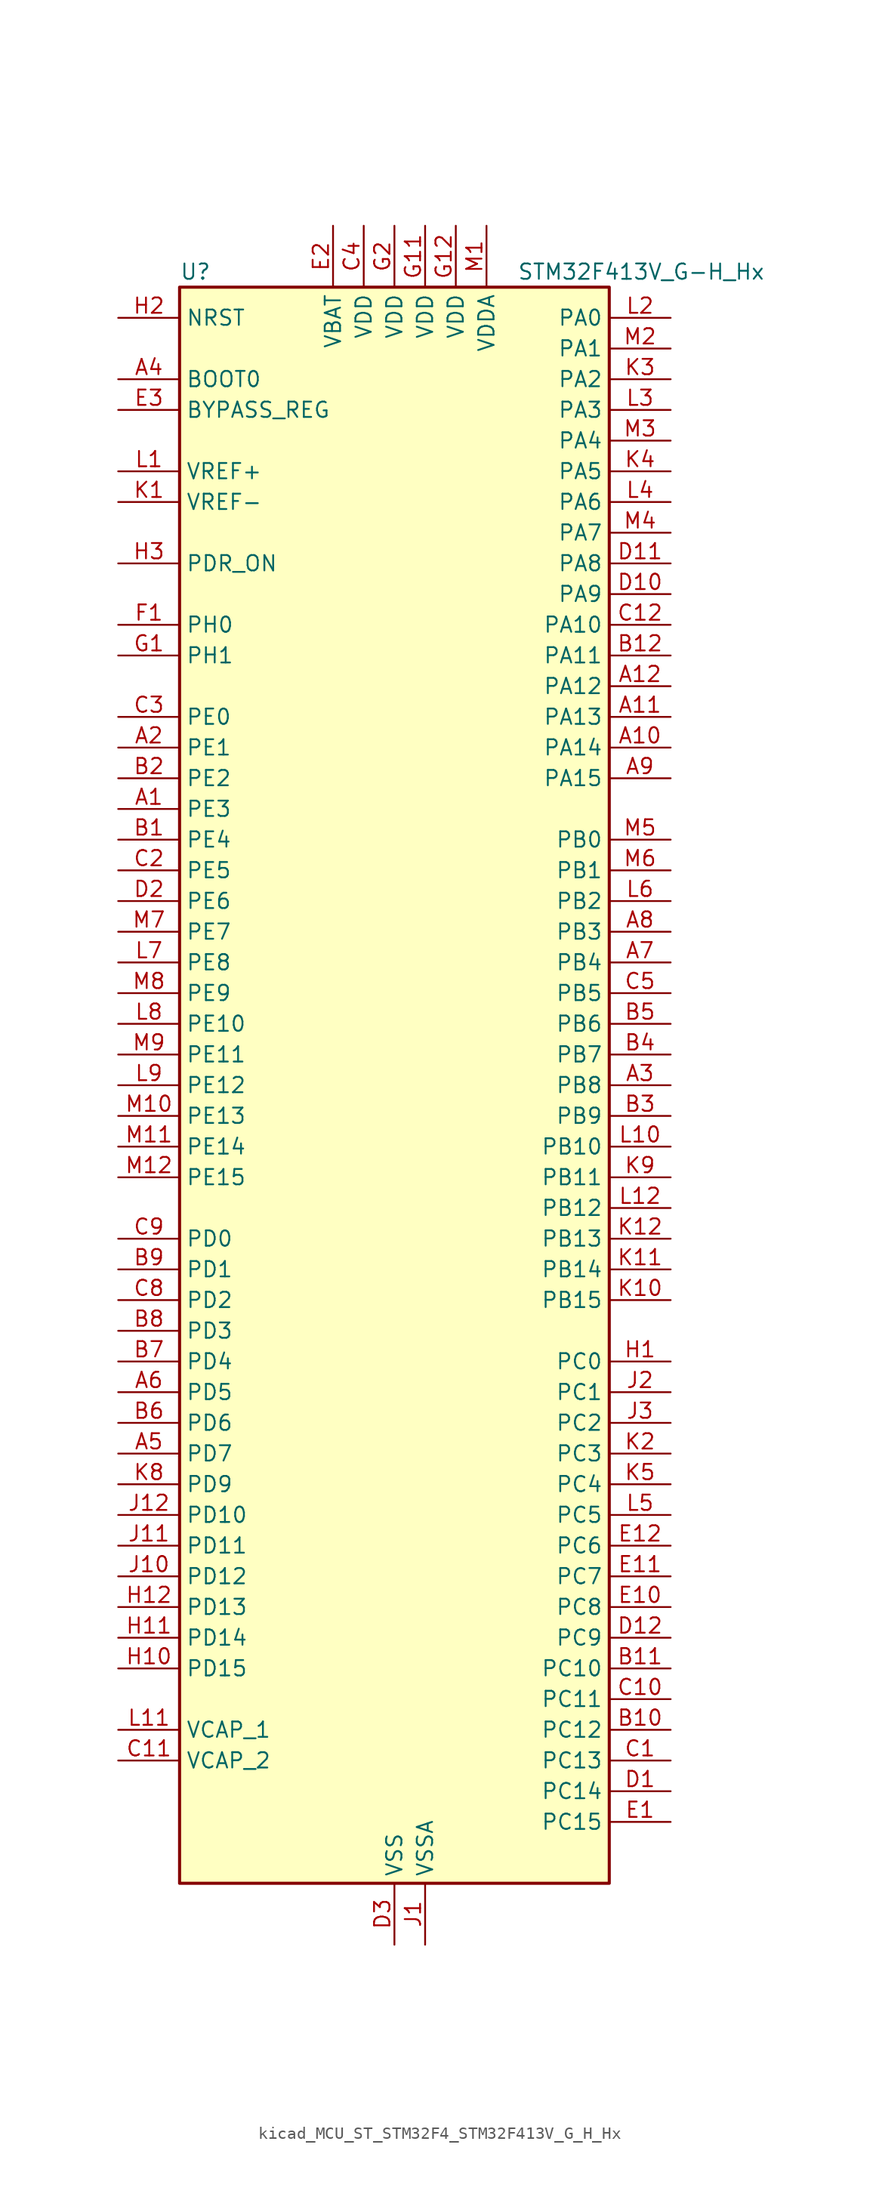
<source format=kicad_sym>
(kicad_symbol_lib
  (version 20220914)
  (generator kicad_symbol_editor)
  (symbol "kicad_MCU_ST_STM32F4_STM32F413V_G_H_Hx"
    (property "Reference" "U"
      (at -17.78 67.31 0)
      (effects (font (size 1.27 1.27)) (justify left)))
    (property "Value" "STM32F413V_G-H_Hx"
      (at 10.16 67.31 0)
      (effects (font (size 1.27 1.27)) (justify left)))
    (property "ki_locked" ""
      (at 0 0 0)
      (effects (font (size 1.27 1.27))))
    (symbol "kicad_MCU_ST_STM32F4_STM32F413V_G_H_Hx_0_1"
      (rectangle (start -17.78 -66.04) (end 17.78 66.04) (stroke (width 0.254) (type default)) (fill (type background))))
    (symbol "kicad_MCU_ST_STM32F4_STM32F413V_G_H_Hx_1_1"
      (pin bidirectional line (at -22.86 22.86 0) (length 5.08) (name "PE3" (effects (font (size 1.27 1.27)))) (number "A1" (effects (font (size 1.27 1.27)))) (alternate "FSMC_A19" bidirectional line) (alternate "SAI1_SD_B" bidirectional line) (alternate "SYS_TRACED0" bidirectional line) (alternate "UART10_TX" bidirectional line))
      (pin bidirectional line (at 22.86 27.94 180) (length 5.08) (name "PA14" (effects (font (size 1.27 1.27)))) (number "A10" (effects (font (size 1.27 1.27)))) (alternate "SYS_JTCK-SWCLK" bidirectional line))
      (pin bidirectional line (at 22.86 30.48 180) (length 5.08) (name "PA13" (effects (font (size 1.27 1.27)))) (number "A11" (effects (font (size 1.27 1.27)))) (alternate "SYS_JTMS-SWDIO" bidirectional line))
      (pin bidirectional line (at 22.86 33.02 180) (length 5.08) (name "PA12" (effects (font (size 1.27 1.27)))) (number "A12" (effects (font (size 1.27 1.27)))) (alternate "CAN1_TX" bidirectional line) (alternate "DFSDM2_DATIN5" bidirectional line) (alternate "SPI2_MISO" bidirectional line) (alternate "SPI5_MISO" bidirectional line) (alternate "TIM1_ETR" bidirectional line) (alternate "UART4_TX" bidirectional line) (alternate "USART1_RTS" bidirectional line) (alternate "USART6_RX" bidirectional line) (alternate "USB_OTG_FS_DP" bidirectional line))
      (pin bidirectional line (at -22.86 27.94 0) (length 5.08) (name "PE1" (effects (font (size 1.27 1.27)))) (number "A2" (effects (font (size 1.27 1.27)))) (alternate "DFSDM2_DATIN4" bidirectional line) (alternate "FSMC_NBL1" bidirectional line) (alternate "UART8_TX" bidirectional line))
      (pin bidirectional line (at 22.86 0 180) (length 5.08) (name "PB8" (effects (font (size 1.27 1.27)))) (number "A3" (effects (font (size 1.27 1.27)))) (alternate "CAN1_RX" bidirectional line) (alternate "DFSDM2_CKIN1" bidirectional line) (alternate "I2C1_SCL" bidirectional line) (alternate "I2C3_SDA" bidirectional line) (alternate "I2S5_SD" bidirectional line) (alternate "LPTIM1_OUT" bidirectional line) (alternate "SDIO_D4" bidirectional line) (alternate "SPI5_MOSI" bidirectional line) (alternate "TIM10_CH1" bidirectional line) (alternate "TIM4_CH3" bidirectional line) (alternate "UART5_RX" bidirectional line))
      (pin input line (at -22.86 58.42 0) (length 5.08) (name "BOOT0" (effects (font (size 1.27 1.27)))) (number "A4" (effects (font (size 1.27 1.27)))))
      (pin bidirectional line (at -22.86 -30.48 0) (length 5.08) (name "PD7" (effects (font (size 1.27 1.27)))) (number "A5" (effects (font (size 1.27 1.27)))) (alternate "DFSDM1_CKIN1" bidirectional line) (alternate "FSMC_NE1" bidirectional line) (alternate "USART2_CK" bidirectional line))
      (pin bidirectional line (at -22.86 -25.4 0) (length 5.08) (name "PD5" (effects (font (size 1.27 1.27)))) (number "A6" (effects (font (size 1.27 1.27)))) (alternate "DFSDM2_CKOUT" bidirectional line) (alternate "FSMC_NWE" bidirectional line) (alternate "USART2_TX" bidirectional line))
      (pin bidirectional line (at 22.86 10.16 180) (length 5.08) (name "PB4" (effects (font (size 1.27 1.27)))) (number "A7" (effects (font (size 1.27 1.27)))) (alternate "CAN3_TX" bidirectional line) (alternate "I2C3_SDA" bidirectional line) (alternate "I2S3_ext_SD" bidirectional line) (alternate "SAI1_SCK_A" bidirectional line) (alternate "SDIO_D0" bidirectional line) (alternate "SPI1_MISO" bidirectional line) (alternate "SPI3_MISO" bidirectional line) (alternate "SYS_JTRST" bidirectional line) (alternate "TIM3_CH1" bidirectional line) (alternate "UART7_TX" bidirectional line))
      (pin bidirectional line (at 22.86 12.7 180) (length 5.08) (name "PB3" (effects (font (size 1.27 1.27)))) (number "A8" (effects (font (size 1.27 1.27)))) (alternate "CAN3_RX" bidirectional line) (alternate "FMPI2C1_SDA" bidirectional line) (alternate "I2C2_SDA" bidirectional line) (alternate "I2S1_CK" bidirectional line) (alternate "I2S3_CK" bidirectional line) (alternate "SAI1_SD_A" bidirectional line) (alternate "SPI1_SCK" bidirectional line) (alternate "SPI3_SCK" bidirectional line) (alternate "SYS_JTDO-SWO" bidirectional line) (alternate "TIM2_CH2" bidirectional line) (alternate "UART7_RX" bidirectional line) (alternate "USART1_RX" bidirectional line))
      (pin bidirectional line (at 22.86 25.4 180) (length 5.08) (name "PA15" (effects (font (size 1.27 1.27)))) (number "A9" (effects (font (size 1.27 1.27)))) (alternate "ADC1_EXTI15" bidirectional line) (alternate "CAN3_TX" bidirectional line) (alternate "I2S1_WS" bidirectional line) (alternate "I2S3_WS" bidirectional line) (alternate "SAI1_MCLK_A" bidirectional line) (alternate "SPI1_NSS" bidirectional line) (alternate "SPI3_NSS" bidirectional line) (alternate "SYS_JTDI" bidirectional line) (alternate "TIM2_CH1" bidirectional line) (alternate "TIM2_ETR" bidirectional line) (alternate "UART7_TX" bidirectional line) (alternate "USART1_TX" bidirectional line))
      (pin bidirectional line (at -22.86 20.32 0) (length 5.08) (name "PE4" (effects (font (size 1.27 1.27)))) (number "B1" (effects (font (size 1.27 1.27)))) (alternate "DFSDM1_DATIN3" bidirectional line) (alternate "FSMC_A20" bidirectional line) (alternate "I2S4_WS" bidirectional line) (alternate "I2S5_WS" bidirectional line) (alternate "SAI1_SD_A" bidirectional line) (alternate "SPI4_NSS" bidirectional line) (alternate "SPI5_NSS" bidirectional line) (alternate "SYS_TRACED1" bidirectional line))
      (pin bidirectional line (at 22.86 -53.34 180) (length 5.08) (name "PC12" (effects (font (size 1.27 1.27)))) (number "B10" (effects (font (size 1.27 1.27)))) (alternate "FSMC_D3" bidirectional line) (alternate "FSMC_DA3" bidirectional line) (alternate "I2S3_SD" bidirectional line) (alternate "SDIO_CK" bidirectional line) (alternate "SPI3_MOSI" bidirectional line) (alternate "UART5_TX" bidirectional line) (alternate "USART3_CK" bidirectional line))
      (pin bidirectional line (at 22.86 -48.26 180) (length 5.08) (name "PC10" (effects (font (size 1.27 1.27)))) (number "B11" (effects (font (size 1.27 1.27)))) (alternate "DFSDM2_CKIN5" bidirectional line) (alternate "I2S3_CK" bidirectional line) (alternate "QUADSPI_BK1_IO1" bidirectional line) (alternate "SDIO_D2" bidirectional line) (alternate "SPI3_SCK" bidirectional line) (alternate "USART3_TX" bidirectional line))
      (pin bidirectional line (at 22.86 35.56 180) (length 5.08) (name "PA11" (effects (font (size 1.27 1.27)))) (number "B12" (effects (font (size 1.27 1.27)))) (alternate "ADC1_EXTI11" bidirectional line) (alternate "CAN1_RX" bidirectional line) (alternate "DFSDM2_CKIN5" bidirectional line) (alternate "I2S2_WS" bidirectional line) (alternate "SPI2_NSS" bidirectional line) (alternate "SPI4_MISO" bidirectional line) (alternate "TIM1_CH4" bidirectional line) (alternate "UART4_RX" bidirectional line) (alternate "USART1_CTS" bidirectional line) (alternate "USART6_TX" bidirectional line) (alternate "USB_OTG_FS_DM" bidirectional line))
      (pin bidirectional line (at -22.86 25.4 0) (length 5.08) (name "PE2" (effects (font (size 1.27 1.27)))) (number "B2" (effects (font (size 1.27 1.27)))) (alternate "FSMC_A23" bidirectional line) (alternate "I2S4_CK" bidirectional line) (alternate "I2S5_CK" bidirectional line) (alternate "QUADSPI_BK1_IO2" bidirectional line) (alternate "SAI1_MCLK_A" bidirectional line) (alternate "SPI4_SCK" bidirectional line) (alternate "SPI5_SCK" bidirectional line) (alternate "SYS_TRACECLK" bidirectional line) (alternate "UART10_RX" bidirectional line))
      (pin bidirectional line (at 22.86 -2.54 180) (length 5.08) (name "PB9" (effects (font (size 1.27 1.27)))) (number "B3" (effects (font (size 1.27 1.27)))) (alternate "CAN1_TX" bidirectional line) (alternate "DAC_EXTI9" bidirectional line) (alternate "DFSDM2_DATIN1" bidirectional line) (alternate "I2C1_SDA" bidirectional line) (alternate "I2C2_SDA" bidirectional line) (alternate "I2S2_WS" bidirectional line) (alternate "SDIO_D5" bidirectional line) (alternate "SPI2_NSS" bidirectional line) (alternate "TIM11_CH1" bidirectional line) (alternate "TIM4_CH4" bidirectional line) (alternate "UART5_TX" bidirectional line))
      (pin bidirectional line (at 22.86 2.54 180) (length 5.08) (name "PB7" (effects (font (size 1.27 1.27)))) (number "B4" (effects (font (size 1.27 1.27)))) (alternate "DFSDM2_DATIN7" bidirectional line) (alternate "FSMC_NL" bidirectional line) (alternate "I2C1_SDA" bidirectional line) (alternate "LPTIM1_IN2" bidirectional line) (alternate "TIM4_CH2" bidirectional line) (alternate "USART1_RX" bidirectional line))
      (pin bidirectional line (at 22.86 5.08 180) (length 5.08) (name "PB6" (effects (font (size 1.27 1.27)))) (number "B5" (effects (font (size 1.27 1.27)))) (alternate "CAN2_TX" bidirectional line) (alternate "DFSDM2_CKIN7" bidirectional line) (alternate "I2C1_SCL" bidirectional line) (alternate "LPTIM1_ETR" bidirectional line) (alternate "QUADSPI_BK1_NCS" bidirectional line) (alternate "SDIO_D0" bidirectional line) (alternate "TIM4_CH1" bidirectional line) (alternate "UART5_TX" bidirectional line) (alternate "USART1_TX" bidirectional line))
      (pin bidirectional line (at -22.86 -27.94 0) (length 5.08) (name "PD6" (effects (font (size 1.27 1.27)))) (number "B6" (effects (font (size 1.27 1.27)))) (alternate "DFSDM1_DATIN1" bidirectional line) (alternate "FSMC_NWAIT" bidirectional line) (alternate "I2S3_SD" bidirectional line) (alternate "SPI3_MOSI" bidirectional line) (alternate "USART2_RX" bidirectional line))
      (pin bidirectional line (at -22.86 -22.86 0) (length 5.08) (name "PD4" (effects (font (size 1.27 1.27)))) (number "B7" (effects (font (size 1.27 1.27)))) (alternate "DFSDM1_CKIN0" bidirectional line) (alternate "FSMC_NOE" bidirectional line) (alternate "USART2_RTS" bidirectional line))
      (pin bidirectional line (at -22.86 -20.32 0) (length 5.08) (name "PD3" (effects (font (size 1.27 1.27)))) (number "B8" (effects (font (size 1.27 1.27)))) (alternate "DFSDM1_DATIN0" bidirectional line) (alternate "FSMC_CLK" bidirectional line) (alternate "I2S2_CK" bidirectional line) (alternate "QUADSPI_CLK" bidirectional line) (alternate "SPI2_SCK" bidirectional line) (alternate "SYS_TRACED1" bidirectional line) (alternate "USART2_CTS" bidirectional line))
      (pin bidirectional line (at -22.86 -15.24 0) (length 5.08) (name "PD1" (effects (font (size 1.27 1.27)))) (number "B9" (effects (font (size 1.27 1.27)))) (alternate "CAN1_TX" bidirectional line) (alternate "DFSDM2_DATIN6" bidirectional line) (alternate "FSMC_D3" bidirectional line) (alternate "FSMC_DA3" bidirectional line) (alternate "UART4_TX" bidirectional line))
      (pin bidirectional line (at 22.86 -55.88 180) (length 5.08) (name "PC13" (effects (font (size 1.27 1.27)))) (number "C1" (effects (font (size 1.27 1.27)))) (alternate "RTC_AF1" bidirectional line))
      (pin bidirectional line (at 22.86 -50.8 180) (length 5.08) (name "PC11" (effects (font (size 1.27 1.27)))) (number "C10" (effects (font (size 1.27 1.27)))) (alternate "ADC1_EXTI11" bidirectional line) (alternate "DFSDM2_DATIN5" bidirectional line) (alternate "FSMC_D2" bidirectional line) (alternate "FSMC_DA2" bidirectional line) (alternate "I2S3_ext_SD" bidirectional line) (alternate "QUADSPI_BK2_NCS" bidirectional line) (alternate "SDIO_D3" bidirectional line) (alternate "SPI3_MISO" bidirectional line) (alternate "UART4_RX" bidirectional line) (alternate "USART3_RX" bidirectional line))
      (pin power_out line (at -22.86 -55.88 0) (length 5.08) (name "VCAP_2" (effects (font (size 1.27 1.27)))) (number "C11" (effects (font (size 1.27 1.27)))))
      (pin bidirectional line (at 22.86 38.1 180) (length 5.08) (name "PA10" (effects (font (size 1.27 1.27)))) (number "C12" (effects (font (size 1.27 1.27)))) (alternate "DFSDM2_DATIN3" bidirectional line) (alternate "I2S2_SD" bidirectional line) (alternate "I2S5_SD" bidirectional line) (alternate "SPI2_MOSI" bidirectional line) (alternate "SPI5_MOSI" bidirectional line) (alternate "TIM1_CH3" bidirectional line) (alternate "USART1_RX" bidirectional line) (alternate "USB_OTG_FS_ID" bidirectional line))
      (pin bidirectional line (at -22.86 17.78 0) (length 5.08) (name "PE5" (effects (font (size 1.27 1.27)))) (number "C2" (effects (font (size 1.27 1.27)))) (alternate "DFSDM1_CKIN3" bidirectional line) (alternate "FSMC_A21" bidirectional line) (alternate "SAI1_SCK_A" bidirectional line) (alternate "SPI4_MISO" bidirectional line) (alternate "SPI5_MISO" bidirectional line) (alternate "SYS_TRACED2" bidirectional line) (alternate "TIM9_CH1" bidirectional line))
      (pin bidirectional line (at -22.86 30.48 0) (length 5.08) (name "PE0" (effects (font (size 1.27 1.27)))) (number "C3" (effects (font (size 1.27 1.27)))) (alternate "DFSDM2_CKIN4" bidirectional line) (alternate "FSMC_NBL0" bidirectional line) (alternate "TIM4_ETR" bidirectional line) (alternate "UART8_RX" bidirectional line))
      (pin power_in line (at -2.54 71.12 270) (length 5.08) (name "VDD" (effects (font (size 1.27 1.27)))) (number "C4" (effects (font (size 1.27 1.27)))))
      (pin bidirectional line (at 22.86 7.62 180) (length 5.08) (name "PB5" (effects (font (size 1.27 1.27)))) (number "C5" (effects (font (size 1.27 1.27)))) (alternate "CAN2_RX" bidirectional line) (alternate "I2C1_SMBA" bidirectional line) (alternate "I2S1_SD" bidirectional line) (alternate "I2S3_SD" bidirectional line) (alternate "LPTIM1_IN1" bidirectional line) (alternate "SAI1_FS_A" bidirectional line) (alternate "SDIO_D3" bidirectional line) (alternate "SPI1_MOSI" bidirectional line) (alternate "SPI3_MOSI" bidirectional line) (alternate "TIM3_CH2" bidirectional line) (alternate "UART5_RX" bidirectional line))
      (pin bidirectional line (at -22.86 -17.78 0) (length 5.08) (name "PD2" (effects (font (size 1.27 1.27)))) (number "C8" (effects (font (size 1.27 1.27)))) (alternate "DFSDM2_CKOUT" bidirectional line) (alternate "FSMC_NWE" bidirectional line) (alternate "SDIO_CMD" bidirectional line) (alternate "TIM3_ETR" bidirectional line) (alternate "UART5_RX" bidirectional line))
      (pin bidirectional line (at -22.86 -12.7 0) (length 5.08) (name "PD0" (effects (font (size 1.27 1.27)))) (number "C9" (effects (font (size 1.27 1.27)))) (alternate "CAN1_RX" bidirectional line) (alternate "DFSDM2_CKIN6" bidirectional line) (alternate "FSMC_D2" bidirectional line) (alternate "FSMC_DA2" bidirectional line) (alternate "UART4_RX" bidirectional line))
      (pin bidirectional line (at 22.86 -58.42 180) (length 5.08) (name "PC14" (effects (font (size 1.27 1.27)))) (number "D1" (effects (font (size 1.27 1.27)))) (alternate "RCC_OSC32_IN" bidirectional line))
      (pin bidirectional line (at 22.86 40.64 180) (length 5.08) (name "PA9" (effects (font (size 1.27 1.27)))) (number "D10" (effects (font (size 1.27 1.27)))) (alternate "DAC_EXTI9" bidirectional line) (alternate "DFSDM2_CKIN3" bidirectional line) (alternate "I2C3_SMBA" bidirectional line) (alternate "I2S2_CK" bidirectional line) (alternate "SDIO_D2" bidirectional line) (alternate "SPI2_SCK" bidirectional line) (alternate "TIM1_CH2" bidirectional line) (alternate "USART1_TX" bidirectional line) (alternate "USB_OTG_FS_VBUS" bidirectional line))
      (pin bidirectional line (at 22.86 43.18 180) (length 5.08) (name "PA8" (effects (font (size 1.27 1.27)))) (number "D11" (effects (font (size 1.27 1.27)))) (alternate "CAN3_RX" bidirectional line) (alternate "DFSDM1_CKOUT" bidirectional line) (alternate "I2C3_SCL" bidirectional line) (alternate "RCC_MCO_1" bidirectional line) (alternate "SDIO_D1" bidirectional line) (alternate "TIM1_CH1" bidirectional line) (alternate "UART7_RX" bidirectional line) (alternate "USART1_CK" bidirectional line) (alternate "USB_OTG_FS_SOF" bidirectional line))
      (pin bidirectional line (at 22.86 -45.72 180) (length 5.08) (name "PC9" (effects (font (size 1.27 1.27)))) (number "D12" (effects (font (size 1.27 1.27)))) (alternate "DAC_EXTI9" bidirectional line) (alternate "DFSDM2_DATIN3" bidirectional line) (alternate "I2C3_SDA" bidirectional line) (alternate "I2S_CKIN" bidirectional line) (alternate "QUADSPI_BK1_IO0" bidirectional line) (alternate "RCC_MCO_2" bidirectional line) (alternate "SDIO_D1" bidirectional line) (alternate "TIM3_CH4" bidirectional line) (alternate "TIM8_CH4" bidirectional line))
      (pin bidirectional line (at -22.86 15.24 0) (length 5.08) (name "PE6" (effects (font (size 1.27 1.27)))) (number "D2" (effects (font (size 1.27 1.27)))) (alternate "FSMC_A22" bidirectional line) (alternate "I2S4_SD" bidirectional line) (alternate "I2S5_SD" bidirectional line) (alternate "SAI1_FS_A" bidirectional line) (alternate "SPI4_MOSI" bidirectional line) (alternate "SPI5_MOSI" bidirectional line) (alternate "SYS_TRACED3" bidirectional line) (alternate "TIM9_CH2" bidirectional line))
      (pin power_in line (at 0 -71.12 90) (length 5.08) (name "VSS" (effects (font (size 1.27 1.27)))) (number "D3" (effects (font (size 1.27 1.27)))))
      (pin bidirectional line (at 22.86 -60.96 180) (length 5.08) (name "PC15" (effects (font (size 1.27 1.27)))) (number "E1" (effects (font (size 1.27 1.27)))) (alternate "ADC1_EXTI15" bidirectional line) (alternate "RCC_OSC32_OUT" bidirectional line))
      (pin bidirectional line (at 22.86 -43.18 180) (length 5.08) (name "PC8" (effects (font (size 1.27 1.27)))) (number "E10" (effects (font (size 1.27 1.27)))) (alternate "DFSDM2_CKIN3" bidirectional line) (alternate "QUADSPI_BK1_IO2" bidirectional line) (alternate "SDIO_D0" bidirectional line) (alternate "TIM3_CH3" bidirectional line) (alternate "TIM8_CH3" bidirectional line) (alternate "USART6_CK" bidirectional line))
      (pin bidirectional line (at 22.86 -40.64 180) (length 5.08) (name "PC7" (effects (font (size 1.27 1.27)))) (number "E11" (effects (font (size 1.27 1.27)))) (alternate "DFSDM1_DATIN3" bidirectional line) (alternate "DFSDM2_CKIN6" bidirectional line) (alternate "FMPI2C1_SDA" bidirectional line) (alternate "I2S2_CK" bidirectional line) (alternate "I2S3_MCK" bidirectional line) (alternate "SDIO_D7" bidirectional line) (alternate "SPI2_SCK" bidirectional line) (alternate "TIM3_CH2" bidirectional line) (alternate "TIM8_CH2" bidirectional line) (alternate "USART6_RX" bidirectional line))
      (pin bidirectional line (at 22.86 -38.1 180) (length 5.08) (name "PC6" (effects (font (size 1.27 1.27)))) (number "E12" (effects (font (size 1.27 1.27)))) (alternate "DFSDM1_CKIN3" bidirectional line) (alternate "DFSDM2_DATIN6" bidirectional line) (alternate "FMPI2C1_SCL" bidirectional line) (alternate "FSMC_D1" bidirectional line) (alternate "FSMC_DA1" bidirectional line) (alternate "I2S2_MCK" bidirectional line) (alternate "SDIO_D6" bidirectional line) (alternate "TIM3_CH1" bidirectional line) (alternate "TIM8_CH1" bidirectional line) (alternate "USART6_TX" bidirectional line))
      (pin power_in line (at -5.08 71.12 270) (length 5.08) (name "VBAT" (effects (font (size 1.27 1.27)))) (number "E2" (effects (font (size 1.27 1.27)))))
      (pin input line (at -22.86 55.88 0) (length 5.08) (name "BYPASS_REG" (effects (font (size 1.27 1.27)))) (number "E3" (effects (font (size 1.27 1.27)))))
      (pin bidirectional line (at -22.86 38.1 0) (length 5.08) (name "PH0" (effects (font (size 1.27 1.27)))) (number "F1" (effects (font (size 1.27 1.27)))) (alternate "RCC_OSC_IN" bidirectional line))
      (pin passive line (at 0 -71.12 90) (length 5.08) hide (name "VSS" (effects (font (size 1.27 1.27)))) (number "F11" (effects (font (size 1.27 1.27)))))
      (pin passive line (at 0 -71.12 90) (length 5.08) hide (name "VSS" (effects (font (size 1.27 1.27)))) (number "F12" (effects (font (size 1.27 1.27)))))
      (pin passive line (at 0 -71.12 90) (length 5.08) hide (name "VSS" (effects (font (size 1.27 1.27)))) (number "F2" (effects (font (size 1.27 1.27)))))
      (pin bidirectional line (at -22.86 35.56 0) (length 5.08) (name "PH1" (effects (font (size 1.27 1.27)))) (number "G1" (effects (font (size 1.27 1.27)))) (alternate "RCC_OSC_OUT" bidirectional line))
      (pin power_in line (at 2.54 71.12 270) (length 5.08) (name "VDD" (effects (font (size 1.27 1.27)))) (number "G11" (effects (font (size 1.27 1.27)))))
      (pin power_in line (at 5.08 71.12 270) (length 5.08) (name "VDD" (effects (font (size 1.27 1.27)))) (number "G12" (effects (font (size 1.27 1.27)))))
      (pin power_in line (at 0 71.12 270) (length 5.08) (name "VDD" (effects (font (size 1.27 1.27)))) (number "G2" (effects (font (size 1.27 1.27)))))
      (pin bidirectional line (at 22.86 -22.86 180) (length 5.08) (name "PC0" (effects (font (size 1.27 1.27)))) (number "H1" (effects (font (size 1.27 1.27)))) (alternate "ADC1_IN10" bidirectional line) (alternate "DFSDM2_CKIN4" bidirectional line) (alternate "LPTIM1_IN1" bidirectional line) (alternate "SAI1_MCLK_B" bidirectional line) (alternate "SYS_WKUP2" bidirectional line))
      (pin bidirectional line (at -22.86 -48.26 0) (length 5.08) (name "PD15" (effects (font (size 1.27 1.27)))) (number "H10" (effects (font (size 1.27 1.27)))) (alternate "ADC1_EXTI15" bidirectional line) (alternate "DFSDM2_DATIN0" bidirectional line) (alternate "FMPI2C1_SDA" bidirectional line) (alternate "FSMC_D1" bidirectional line) (alternate "FSMC_DA1" bidirectional line) (alternate "TIM4_CH4" bidirectional line) (alternate "UART9_TX" bidirectional line))
      (pin bidirectional line (at -22.86 -45.72 0) (length 5.08) (name "PD14" (effects (font (size 1.27 1.27)))) (number "H11" (effects (font (size 1.27 1.27)))) (alternate "DFSDM2_CKIN0" bidirectional line) (alternate "FMPI2C1_SCL" bidirectional line) (alternate "FSMC_D0" bidirectional line) (alternate "FSMC_DA0" bidirectional line) (alternate "TIM4_CH3" bidirectional line) (alternate "UART9_RX" bidirectional line))
      (pin bidirectional line (at -22.86 -43.18 0) (length 5.08) (name "PD13" (effects (font (size 1.27 1.27)))) (number "H12" (effects (font (size 1.27 1.27)))) (alternate "FMPI2C1_SDA" bidirectional line) (alternate "FSMC_A18" bidirectional line) (alternate "QUADSPI_BK1_IO3" bidirectional line) (alternate "TIM4_CH2" bidirectional line))
      (pin input line (at -22.86 63.5 0) (length 5.08) (name "NRST" (effects (font (size 1.27 1.27)))) (number "H2" (effects (font (size 1.27 1.27)))))
      (pin input line (at -22.86 43.18 0) (length 5.08) (name "PDR_ON" (effects (font (size 1.27 1.27)))) (number "H3" (effects (font (size 1.27 1.27)))))
      (pin power_in line (at 2.54 -71.12 90) (length 5.08) (name "VSSA" (effects (font (size 1.27 1.27)))) (number "J1" (effects (font (size 1.27 1.27)))))
      (pin bidirectional line (at -22.86 -40.64 0) (length 5.08) (name "PD12" (effects (font (size 1.27 1.27)))) (number "J10" (effects (font (size 1.27 1.27)))) (alternate "DFSDM2_CKIN2" bidirectional line) (alternate "FMPI2C1_SCL" bidirectional line) (alternate "FSMC_A17" bidirectional line) (alternate "QUADSPI_BK1_IO1" bidirectional line) (alternate "TIM4_CH1" bidirectional line) (alternate "USART3_RTS" bidirectional line))
      (pin bidirectional line (at -22.86 -38.1 0) (length 5.08) (name "PD11" (effects (font (size 1.27 1.27)))) (number "J11" (effects (font (size 1.27 1.27)))) (alternate "ADC1_EXTI11" bidirectional line) (alternate "DFSDM2_DATIN2" bidirectional line) (alternate "FMPI2C1_SMBA" bidirectional line) (alternate "FSMC_A16" bidirectional line) (alternate "QUADSPI_BK1_IO0" bidirectional line) (alternate "USART3_CTS" bidirectional line))
      (pin bidirectional line (at -22.86 -35.56 0) (length 5.08) (name "PD10" (effects (font (size 1.27 1.27)))) (number "J12" (effects (font (size 1.27 1.27)))) (alternate "FSMC_D15" bidirectional line) (alternate "FSMC_DA15" bidirectional line) (alternate "UART4_TX" bidirectional line) (alternate "USART3_CK" bidirectional line))
      (pin bidirectional line (at 22.86 -25.4 180) (length 5.08) (name "PC1" (effects (font (size 1.27 1.27)))) (number "J2" (effects (font (size 1.27 1.27)))) (alternate "ADC1_IN11" bidirectional line) (alternate "DFSDM2_DATIN4" bidirectional line) (alternate "LPTIM1_OUT" bidirectional line) (alternate "SAI1_SD_B" bidirectional line) (alternate "SYS_WKUP3" bidirectional line))
      (pin bidirectional line (at 22.86 -27.94 180) (length 5.08) (name "PC2" (effects (font (size 1.27 1.27)))) (number "J3" (effects (font (size 1.27 1.27)))) (alternate "ADC1_IN12" bidirectional line) (alternate "DFSDM1_CKOUT" bidirectional line) (alternate "DFSDM2_DATIN7" bidirectional line) (alternate "FSMC_NWE" bidirectional line) (alternate "I2S2_ext_SD" bidirectional line) (alternate "LPTIM1_IN2" bidirectional line) (alternate "SAI1_SCK_B" bidirectional line) (alternate "SPI2_MISO" bidirectional line))
      (pin input line (at -22.86 48.26 0) (length 5.08) (name "VREF-" (effects (font (size 1.27 1.27)))) (number "K1" (effects (font (size 1.27 1.27)))))
      (pin bidirectional line (at 22.86 -17.78 180) (length 5.08) (name "PB15" (effects (font (size 1.27 1.27)))) (number "K10" (effects (font (size 1.27 1.27)))) (alternate "ADC1_EXTI15" bidirectional line) (alternate "DFSDM1_CKIN2" bidirectional line) (alternate "FMPI2C1_SCL" bidirectional line) (alternate "I2S2_SD" bidirectional line) (alternate "RTC_REFIN" bidirectional line) (alternate "SDIO_CK" bidirectional line) (alternate "SPI2_MOSI" bidirectional line) (alternate "TIM12_CH2" bidirectional line) (alternate "TIM1_CH3N" bidirectional line) (alternate "TIM8_CH3N" bidirectional line))
      (pin bidirectional line (at 22.86 -15.24 180) (length 5.08) (name "PB14" (effects (font (size 1.27 1.27)))) (number "K11" (effects (font (size 1.27 1.27)))) (alternate "DFSDM1_DATIN2" bidirectional line) (alternate "FMPI2C1_SDA" bidirectional line) (alternate "FSMC_D0" bidirectional line) (alternate "FSMC_DA0" bidirectional line) (alternate "I2S2_ext_SD" bidirectional line) (alternate "SDIO_D6" bidirectional line) (alternate "SPI2_MISO" bidirectional line) (alternate "TIM12_CH1" bidirectional line) (alternate "TIM1_CH2N" bidirectional line) (alternate "TIM8_CH2N" bidirectional line) (alternate "USART3_RTS" bidirectional line))
      (pin bidirectional line (at 22.86 -12.7 180) (length 5.08) (name "PB13" (effects (font (size 1.27 1.27)))) (number "K12" (effects (font (size 1.27 1.27)))) (alternate "CAN2_TX" bidirectional line) (alternate "DFSDM1_CKIN1" bidirectional line) (alternate "FMPI2C1_SMBA" bidirectional line) (alternate "I2S2_CK" bidirectional line) (alternate "I2S4_CK" bidirectional line) (alternate "SPI2_SCK" bidirectional line) (alternate "SPI4_SCK" bidirectional line) (alternate "TIM1_CH1N" bidirectional line) (alternate "UART5_TX" bidirectional line) (alternate "USART3_CTS" bidirectional line))
      (pin bidirectional line (at 22.86 -30.48 180) (length 5.08) (name "PC3" (effects (font (size 1.27 1.27)))) (number "K2" (effects (font (size 1.27 1.27)))) (alternate "ADC1_IN13" bidirectional line) (alternate "DFSDM2_CKIN7" bidirectional line) (alternate "FSMC_A0" bidirectional line) (alternate "I2S2_SD" bidirectional line) (alternate "LPTIM1_ETR" bidirectional line) (alternate "SAI1_FS_B" bidirectional line) (alternate "SPI2_MOSI" bidirectional line))
      (pin bidirectional line (at 22.86 58.42 180) (length 5.08) (name "PA2" (effects (font (size 1.27 1.27)))) (number "K3" (effects (font (size 1.27 1.27)))) (alternate "ADC1_IN2" bidirectional line) (alternate "FSMC_D4" bidirectional line) (alternate "FSMC_DA4" bidirectional line) (alternate "I2S_CKIN" bidirectional line) (alternate "TIM2_CH3" bidirectional line) (alternate "TIM5_CH3" bidirectional line) (alternate "TIM9_CH1" bidirectional line) (alternate "USART2_TX" bidirectional line))
      (pin bidirectional line (at 22.86 50.8 180) (length 5.08) (name "PA5" (effects (font (size 1.27 1.27)))) (number "K4" (effects (font (size 1.27 1.27)))) (alternate "ADC1_IN5" bidirectional line) (alternate "DAC_OUT2" bidirectional line) (alternate "DFSDM1_CKIN1" bidirectional line) (alternate "FSMC_D7" bidirectional line) (alternate "FSMC_DA7" bidirectional line) (alternate "I2S1_CK" bidirectional line) (alternate "SPI1_SCK" bidirectional line) (alternate "TIM2_CH1" bidirectional line) (alternate "TIM2_ETR" bidirectional line) (alternate "TIM8_CH1N" bidirectional line))
      (pin bidirectional line (at 22.86 -33.02 180) (length 5.08) (name "PC4" (effects (font (size 1.27 1.27)))) (number "K5" (effects (font (size 1.27 1.27)))) (alternate "ADC1_IN14" bidirectional line) (alternate "DFSDM2_CKIN2" bidirectional line) (alternate "FSMC_NE4" bidirectional line) (alternate "I2S1_MCK" bidirectional line) (alternate "QUADSPI_BK2_IO2" bidirectional line))
      (pin bidirectional line (at -22.86 -33.02 0) (length 5.08) (name "PD9" (effects (font (size 1.27 1.27)))) (number "K8" (effects (font (size 1.27 1.27)))) (alternate "DAC_EXTI9" bidirectional line) (alternate "FSMC_D14" bidirectional line) (alternate "FSMC_DA14" bidirectional line) (alternate "USART3_RX" bidirectional line))
      (pin bidirectional line (at 22.86 -7.62 180) (length 5.08) (name "PB11" (effects (font (size 1.27 1.27)))) (number "K9" (effects (font (size 1.27 1.27)))) (alternate "ADC1_EXTI11" bidirectional line) (alternate "I2C2_SDA" bidirectional line) (alternate "I2S_CKIN" bidirectional line) (alternate "TIM2_CH4" bidirectional line) (alternate "USART3_RX" bidirectional line))
      (pin input line (at -22.86 50.8 0) (length 5.08) (name "VREF+" (effects (font (size 1.27 1.27)))) (number "L1" (effects (font (size 1.27 1.27)))))
      (pin bidirectional line (at 22.86 -5.08 180) (length 5.08) (name "PB10" (effects (font (size 1.27 1.27)))) (number "L10" (effects (font (size 1.27 1.27)))) (alternate "DFSDM2_CKOUT" bidirectional line) (alternate "FMPI2C1_SCL" bidirectional line) (alternate "I2C2_SCL" bidirectional line) (alternate "I2S2_CK" bidirectional line) (alternate "I2S3_MCK" bidirectional line) (alternate "SDIO_D7" bidirectional line) (alternate "SPI2_SCK" bidirectional line) (alternate "TIM2_CH3" bidirectional line) (alternate "USART3_TX" bidirectional line))
      (pin power_out line (at -22.86 -53.34 0) (length 5.08) (name "VCAP_1" (effects (font (size 1.27 1.27)))) (number "L11" (effects (font (size 1.27 1.27)))))
      (pin bidirectional line (at 22.86 -10.16 180) (length 5.08) (name "PB12" (effects (font (size 1.27 1.27)))) (number "L12" (effects (font (size 1.27 1.27)))) (alternate "CAN2_RX" bidirectional line) (alternate "DFSDM1_DATIN1" bidirectional line) (alternate "FSMC_D13" bidirectional line) (alternate "FSMC_DA13" bidirectional line) (alternate "I2C2_SMBA" bidirectional line) (alternate "I2S2_WS" bidirectional line) (alternate "I2S3_CK" bidirectional line) (alternate "I2S4_WS" bidirectional line) (alternate "SPI2_NSS" bidirectional line) (alternate "SPI3_SCK" bidirectional line) (alternate "SPI4_NSS" bidirectional line) (alternate "TIM1_BKIN" bidirectional line) (alternate "UART5_RX" bidirectional line) (alternate "USART3_CK" bidirectional line))
      (pin bidirectional line (at 22.86 63.5 180) (length 5.08) (name "PA0" (effects (font (size 1.27 1.27)))) (number "L2" (effects (font (size 1.27 1.27)))) (alternate "ADC1_IN0" bidirectional line) (alternate "SYS_WKUP1" bidirectional line) (alternate "TIM2_CH1" bidirectional line) (alternate "TIM2_ETR" bidirectional line) (alternate "TIM5_CH1" bidirectional line) (alternate "TIM8_ETR" bidirectional line) (alternate "UART4_TX" bidirectional line) (alternate "USART2_CTS" bidirectional line))
      (pin bidirectional line (at 22.86 55.88 180) (length 5.08) (name "PA3" (effects (font (size 1.27 1.27)))) (number "L3" (effects (font (size 1.27 1.27)))) (alternate "ADC1_IN3" bidirectional line) (alternate "FSMC_D5" bidirectional line) (alternate "FSMC_DA5" bidirectional line) (alternate "I2S2_MCK" bidirectional line) (alternate "SAI1_SD_B" bidirectional line) (alternate "TIM2_CH4" bidirectional line) (alternate "TIM5_CH4" bidirectional line) (alternate "TIM9_CH2" bidirectional line) (alternate "USART2_RX" bidirectional line))
      (pin bidirectional line (at 22.86 48.26 180) (length 5.08) (name "PA6" (effects (font (size 1.27 1.27)))) (number "L4" (effects (font (size 1.27 1.27)))) (alternate "ADC1_IN6" bidirectional line) (alternate "DFSDM2_CKIN1" bidirectional line) (alternate "I2S2_MCK" bidirectional line) (alternate "QUADSPI_BK2_IO0" bidirectional line) (alternate "SDIO_CMD" bidirectional line) (alternate "SPI1_MISO" bidirectional line) (alternate "TIM13_CH1" bidirectional line) (alternate "TIM1_BKIN" bidirectional line) (alternate "TIM3_CH1" bidirectional line) (alternate "TIM8_BKIN" bidirectional line))
      (pin bidirectional line (at 22.86 -35.56 180) (length 5.08) (name "PC5" (effects (font (size 1.27 1.27)))) (number "L5" (effects (font (size 1.27 1.27)))) (alternate "ADC1_IN15" bidirectional line) (alternate "DFSDM2_DATIN2" bidirectional line) (alternate "FMPI2C1_SMBA" bidirectional line) (alternate "FSMC_NOE" bidirectional line) (alternate "QUADSPI_BK2_IO3" bidirectional line) (alternate "USART3_RX" bidirectional line))
      (pin bidirectional line (at 22.86 15.24 180) (length 5.08) (name "PB2" (effects (font (size 1.27 1.27)))) (number "L6" (effects (font (size 1.27 1.27)))) (alternate "DFSDM1_CKIN0" bidirectional line) (alternate "LPTIM1_OUT" bidirectional line) (alternate "QUADSPI_CLK" bidirectional line))
      (pin bidirectional line (at -22.86 10.16 0) (length 5.08) (name "PE8" (effects (font (size 1.27 1.27)))) (number "L7" (effects (font (size 1.27 1.27)))) (alternate "DFSDM1_CKIN2" bidirectional line) (alternate "FSMC_D5" bidirectional line) (alternate "FSMC_DA5" bidirectional line) (alternate "QUADSPI_BK2_IO1" bidirectional line) (alternate "TIM1_CH1N" bidirectional line) (alternate "UART7_TX" bidirectional line))
      (pin bidirectional line (at -22.86 5.08 0) (length 5.08) (name "PE10" (effects (font (size 1.27 1.27)))) (number "L8" (effects (font (size 1.27 1.27)))) (alternate "DFSDM2_DATIN0" bidirectional line) (alternate "FSMC_D7" bidirectional line) (alternate "FSMC_DA7" bidirectional line) (alternate "QUADSPI_BK2_IO3" bidirectional line) (alternate "TIM1_CH2N" bidirectional line))
      (pin bidirectional line (at -22.86 0 0) (length 5.08) (name "PE12" (effects (font (size 1.27 1.27)))) (number "L9" (effects (font (size 1.27 1.27)))) (alternate "DFSDM2_DATIN7" bidirectional line) (alternate "FSMC_D9" bidirectional line) (alternate "FSMC_DA9" bidirectional line) (alternate "I2S4_CK" bidirectional line) (alternate "I2S5_CK" bidirectional line) (alternate "SPI4_SCK" bidirectional line) (alternate "SPI5_SCK" bidirectional line) (alternate "TIM1_CH3N" bidirectional line))
      (pin power_in line (at 7.62 71.12 270) (length 5.08) (name "VDDA" (effects (font (size 1.27 1.27)))) (number "M1" (effects (font (size 1.27 1.27)))))
      (pin bidirectional line (at -22.86 -2.54 0) (length 5.08) (name "PE13" (effects (font (size 1.27 1.27)))) (number "M10" (effects (font (size 1.27 1.27)))) (alternate "DFSDM2_CKIN7" bidirectional line) (alternate "FSMC_D10" bidirectional line) (alternate "FSMC_DA10" bidirectional line) (alternate "SPI4_MISO" bidirectional line) (alternate "SPI5_MISO" bidirectional line) (alternate "TIM1_CH3" bidirectional line))
      (pin bidirectional line (at -22.86 -5.08 0) (length 5.08) (name "PE14" (effects (font (size 1.27 1.27)))) (number "M11" (effects (font (size 1.27 1.27)))) (alternate "DFSDM2_DATIN1" bidirectional line) (alternate "FSMC_D11" bidirectional line) (alternate "FSMC_DA11" bidirectional line) (alternate "I2S4_SD" bidirectional line) (alternate "I2S5_SD" bidirectional line) (alternate "SPI4_MOSI" bidirectional line) (alternate "SPI5_MOSI" bidirectional line) (alternate "TIM1_CH4" bidirectional line))
      (pin bidirectional line (at -22.86 -7.62 0) (length 5.08) (name "PE15" (effects (font (size 1.27 1.27)))) (number "M12" (effects (font (size 1.27 1.27)))) (alternate "ADC1_EXTI15" bidirectional line) (alternate "DFSDM2_CKIN1" bidirectional line) (alternate "FSMC_D12" bidirectional line) (alternate "FSMC_DA12" bidirectional line) (alternate "TIM1_BKIN" bidirectional line))
      (pin bidirectional line (at 22.86 60.96 180) (length 5.08) (name "PA1" (effects (font (size 1.27 1.27)))) (number "M2" (effects (font (size 1.27 1.27)))) (alternate "ADC1_IN1" bidirectional line) (alternate "I2S4_SD" bidirectional line) (alternate "QUADSPI_BK1_IO3" bidirectional line) (alternate "SPI4_MOSI" bidirectional line) (alternate "TIM2_CH2" bidirectional line) (alternate "TIM5_CH2" bidirectional line) (alternate "UART4_RX" bidirectional line) (alternate "USART2_RTS" bidirectional line))
      (pin bidirectional line (at 22.86 53.34 180) (length 5.08) (name "PA4" (effects (font (size 1.27 1.27)))) (number "M3" (effects (font (size 1.27 1.27)))) (alternate "ADC1_IN4" bidirectional line) (alternate "DAC_OUT1" bidirectional line) (alternate "DFSDM1_DATIN1" bidirectional line) (alternate "FSMC_D6" bidirectional line) (alternate "FSMC_DA6" bidirectional line) (alternate "I2S1_WS" bidirectional line) (alternate "I2S3_WS" bidirectional line) (alternate "SPI1_NSS" bidirectional line) (alternate "SPI3_NSS" bidirectional line) (alternate "USART2_CK" bidirectional line))
      (pin bidirectional line (at 22.86 45.72 180) (length 5.08) (name "PA7" (effects (font (size 1.27 1.27)))) (number "M4" (effects (font (size 1.27 1.27)))) (alternate "ADC1_IN7" bidirectional line) (alternate "DFSDM2_DATIN1" bidirectional line) (alternate "I2S1_SD" bidirectional line) (alternate "QUADSPI_BK2_IO1" bidirectional line) (alternate "SPI1_MOSI" bidirectional line) (alternate "TIM14_CH1" bidirectional line) (alternate "TIM1_CH1N" bidirectional line) (alternate "TIM3_CH2" bidirectional line) (alternate "TIM8_CH1N" bidirectional line))
      (pin bidirectional line (at 22.86 20.32 180) (length 5.08) (name "PB0" (effects (font (size 1.27 1.27)))) (number "M5" (effects (font (size 1.27 1.27)))) (alternate "ADC1_IN8" bidirectional line) (alternate "I2S5_CK" bidirectional line) (alternate "SPI5_SCK" bidirectional line) (alternate "TIM1_CH2N" bidirectional line) (alternate "TIM3_CH3" bidirectional line) (alternate "TIM8_CH2N" bidirectional line))
      (pin bidirectional line (at 22.86 17.78 180) (length 5.08) (name "PB1" (effects (font (size 1.27 1.27)))) (number "M6" (effects (font (size 1.27 1.27)))) (alternate "ADC1_IN9" bidirectional line) (alternate "DFSDM1_DATIN0" bidirectional line) (alternate "I2S5_WS" bidirectional line) (alternate "QUADSPI_CLK" bidirectional line) (alternate "SPI5_NSS" bidirectional line) (alternate "TIM1_CH3N" bidirectional line) (alternate "TIM3_CH4" bidirectional line) (alternate "TIM8_CH3N" bidirectional line))
      (pin bidirectional line (at -22.86 12.7 0) (length 5.08) (name "PE7" (effects (font (size 1.27 1.27)))) (number "M7" (effects (font (size 1.27 1.27)))) (alternate "DFSDM1_DATIN2" bidirectional line) (alternate "FSMC_D4" bidirectional line) (alternate "FSMC_DA4" bidirectional line) (alternate "QUADSPI_BK2_IO0" bidirectional line) (alternate "TIM1_ETR" bidirectional line) (alternate "UART7_RX" bidirectional line))
      (pin bidirectional line (at -22.86 7.62 0) (length 5.08) (name "PE9" (effects (font (size 1.27 1.27)))) (number "M8" (effects (font (size 1.27 1.27)))) (alternate "DAC_EXTI9" bidirectional line) (alternate "DFSDM1_CKOUT" bidirectional line) (alternate "FSMC_D6" bidirectional line) (alternate "FSMC_DA6" bidirectional line) (alternate "QUADSPI_BK2_IO2" bidirectional line) (alternate "TIM1_CH1" bidirectional line))
      (pin bidirectional line (at -22.86 2.54 0) (length 5.08) (name "PE11" (effects (font (size 1.27 1.27)))) (number "M9" (effects (font (size 1.27 1.27)))) (alternate "ADC1_EXTI11" bidirectional line) (alternate "DFSDM2_CKIN0" bidirectional line) (alternate "FSMC_D8" bidirectional line) (alternate "FSMC_DA8" bidirectional line) (alternate "I2S4_WS" bidirectional line) (alternate "I2S5_WS" bidirectional line) (alternate "SPI4_NSS" bidirectional line) (alternate "SPI5_NSS" bidirectional line) (alternate "TIM1_CH2" bidirectional line)))))
</source>
